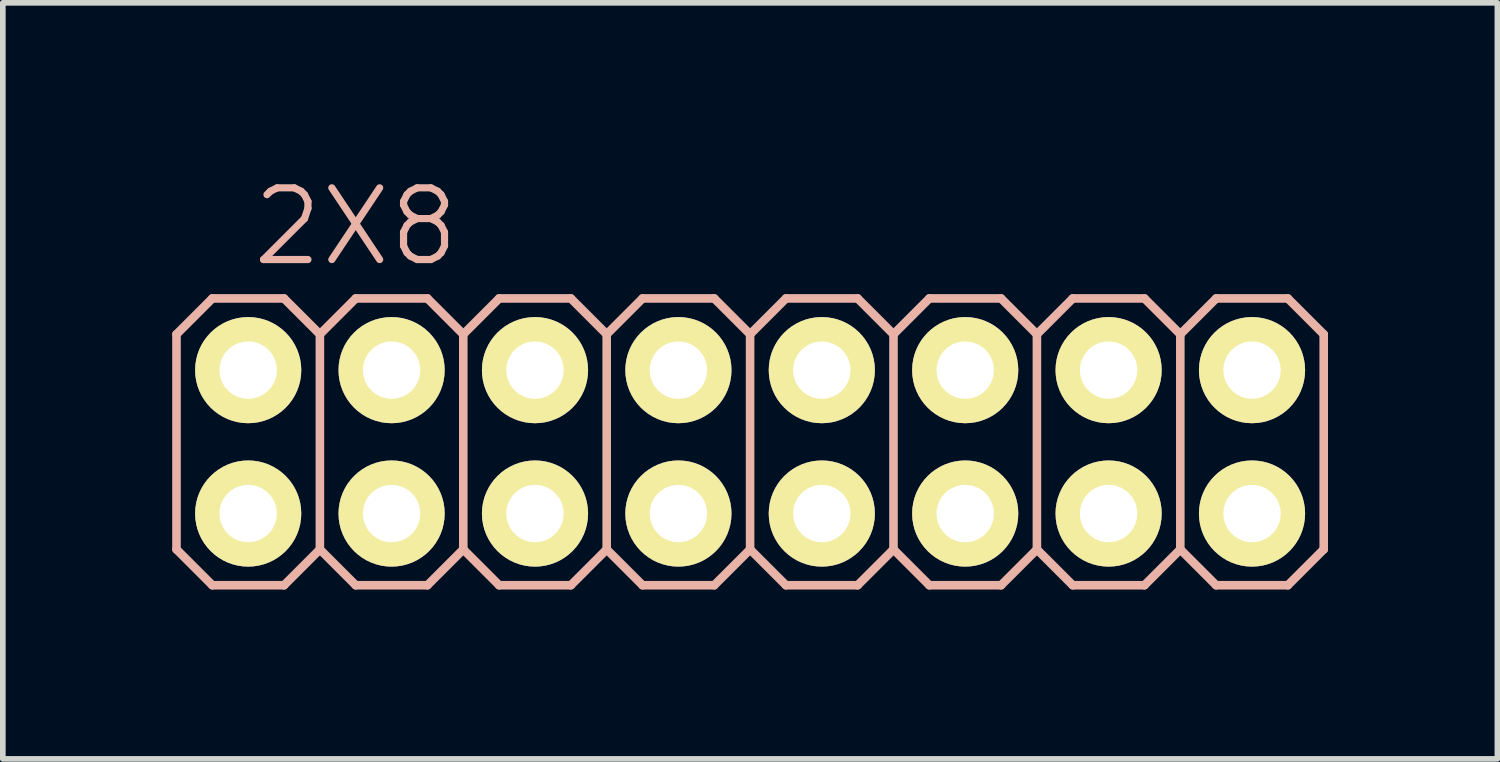
<source format=kicad_pcb>
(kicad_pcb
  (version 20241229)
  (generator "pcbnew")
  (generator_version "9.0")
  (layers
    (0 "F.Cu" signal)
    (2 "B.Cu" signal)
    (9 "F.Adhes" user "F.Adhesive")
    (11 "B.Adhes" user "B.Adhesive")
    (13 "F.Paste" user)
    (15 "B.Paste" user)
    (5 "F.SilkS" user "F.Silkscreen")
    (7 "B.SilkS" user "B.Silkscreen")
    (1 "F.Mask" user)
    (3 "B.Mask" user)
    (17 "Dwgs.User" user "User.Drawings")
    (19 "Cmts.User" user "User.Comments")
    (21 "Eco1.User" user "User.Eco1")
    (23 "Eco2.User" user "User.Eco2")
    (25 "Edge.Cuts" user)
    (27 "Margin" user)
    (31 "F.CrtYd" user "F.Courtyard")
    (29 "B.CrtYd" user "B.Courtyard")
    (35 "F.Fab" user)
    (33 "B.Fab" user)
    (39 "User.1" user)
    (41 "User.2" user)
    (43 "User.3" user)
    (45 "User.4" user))
  (footprint "2X8"
    (layer "F.Cu")
    (at 1.346 6.046)
    (property "Reference" "2X8" (at 1.905 -5.08 0) (layer "B.SilkS") (effects (font (size 1.27 1.27) (thickness 0.127))))
    (attr exclude_from_pos_files exclude_from_bom)
    (fp_line (start -0.254 -2.794) (end 0.254 -2.794) (stroke (width 0.066) (type solid)) (layer "F.SilkS"))
    (fp_line (start -0.254 -2.286) (end -0.254 -2.794) (stroke (width 0.066) (type solid)) (layer "F.SilkS"))
    (fp_line (start -0.254 -2.286) (end 0.254 -2.286) (stroke (width 0.066) (type solid)) (layer "F.SilkS"))
    (fp_line (start -0.254 -0.254) (end 0.254 -0.254) (stroke (width 0.066) (type solid)) (layer "F.SilkS"))
    (fp_line (start -0.254 0.254) (end -0.254 -0.254) (stroke (width 0.066) (type solid)) (layer "F.SilkS"))
    (fp_line (start -0.254 0.254) (end 0.254 0.254) (stroke (width 0.066) (type solid)) (layer "F.SilkS"))
    (fp_line (start 0.254 -2.286) (end 0.254 -2.794) (stroke (width 0.066) (type solid)) (layer "F.SilkS"))
    (fp_line (start 0.254 0.254) (end 0.254 -0.254) (stroke (width 0.066) (type solid)) (layer "F.SilkS"))
    (fp_line (start 2.286 -2.794) (end 2.794 -2.794) (stroke (width 0.066) (type solid)) (layer "F.SilkS"))
    (fp_line (start 2.286 -2.286) (end 2.286 -2.794) (stroke (width 0.066) (type solid)) (layer "F.SilkS"))
    (fp_line (start 2.286 -2.286) (end 2.794 -2.286) (stroke (width 0.066) (type solid)) (layer "F.SilkS"))
    (fp_line (start 2.286 -0.254) (end 2.794 -0.254) (stroke (width 0.066) (type solid)) (layer "F.SilkS"))
    (fp_line (start 2.286 0.254) (end 2.286 -0.254) (stroke (width 0.066) (type solid)) (layer "F.SilkS"))
    (fp_line (start 2.286 0.254) (end 2.794 0.254) (stroke (width 0.066) (type solid)) (layer "F.SilkS"))
    (fp_line (start 2.794 -2.286) (end 2.794 -2.794) (stroke (width 0.066) (type solid)) (layer "F.SilkS"))
    (fp_line (start 2.794 0.254) (end 2.794 -0.254) (stroke (width 0.066) (type solid)) (layer "F.SilkS"))
    (fp_line (start 4.826 -2.794) (end 5.334 -2.794) (stroke (width 0.066) (type solid)) (layer "F.SilkS"))
    (fp_line (start 4.826 -2.286) (end 4.826 -2.794) (stroke (width 0.066) (type solid)) (layer "F.SilkS"))
    (fp_line (start 4.826 -2.286) (end 5.334 -2.286) (stroke (width 0.066) (type solid)) (layer "F.SilkS"))
    (fp_line (start 4.826 -0.254) (end 5.334 -0.254) (stroke (width 0.066) (type solid)) (layer "F.SilkS"))
    (fp_line (start 4.826 0.254) (end 4.826 -0.254) (stroke (width 0.066) (type solid)) (layer "F.SilkS"))
    (fp_line (start 4.826 0.254) (end 5.334 0.254) (stroke (width 0.066) (type solid)) (layer "F.SilkS"))
    (fp_line (start 5.334 -2.286) (end 5.334 -2.794) (stroke (width 0.066) (type solid)) (layer "F.SilkS"))
    (fp_line (start 5.334 0.254) (end 5.334 -0.254) (stroke (width 0.066) (type solid)) (layer "F.SilkS"))
    (fp_line (start 7.366 -2.794) (end 7.874 -2.794) (stroke (width 0.066) (type solid)) (layer "F.SilkS"))
    (fp_line (start 7.366 -2.286) (end 7.366 -2.794) (stroke (width 0.066) (type solid)) (layer "F.SilkS"))
    (fp_line (start 7.366 -2.286) (end 7.874 -2.286) (stroke (width 0.066) (type solid)) (layer "F.SilkS"))
    (fp_line (start 7.366 -0.254) (end 7.874 -0.254) (stroke (width 0.066) (type solid)) (layer "F.SilkS"))
    (fp_line (start 7.366 0.254) (end 7.366 -0.254) (stroke (width 0.066) (type solid)) (layer "F.SilkS"))
    (fp_line (start 7.366 0.254) (end 7.874 0.254) (stroke (width 0.066) (type solid)) (layer "F.SilkS"))
    (fp_line (start 7.874 -2.286) (end 7.874 -2.794) (stroke (width 0.066) (type solid)) (layer "F.SilkS"))
    (fp_line (start 7.874 0.254) (end 7.874 -0.254) (stroke (width 0.066) (type solid)) (layer "F.SilkS"))
    (fp_line (start 9.906 -2.794) (end 10.414 -2.794) (stroke (width 0.066) (type solid)) (layer "F.SilkS"))
    (fp_line (start 9.906 -2.286) (end 9.906 -2.794) (stroke (width 0.066) (type solid)) (layer "F.SilkS"))
    (fp_line (start 9.906 -2.286) (end 10.414 -2.286) (stroke (width 0.066) (type solid)) (layer "F.SilkS"))
    (fp_line (start 9.906 -0.254) (end 10.414 -0.254) (stroke (width 0.066) (type solid)) (layer "F.SilkS"))
    (fp_line (start 9.906 0.254) (end 9.906 -0.254) (stroke (width 0.066) (type solid)) (layer "F.SilkS"))
    (fp_line (start 9.906 0.254) (end 10.414 0.254) (stroke (width 0.066) (type solid)) (layer "F.SilkS"))
    (fp_line (start 10.414 -2.286) (end 10.414 -2.794) (stroke (width 0.066) (type solid)) (layer "F.SilkS"))
    (fp_line (start 10.414 0.254) (end 10.414 -0.254) (stroke (width 0.066) (type solid)) (layer "F.SilkS"))
    (fp_line (start 12.446 -2.794) (end 12.954 -2.794) (stroke (width 0.066) (type solid)) (layer "F.SilkS"))
    (fp_line (start 12.446 -2.286) (end 12.446 -2.794) (stroke (width 0.066) (type solid)) (layer "F.SilkS"))
    (fp_line (start 12.446 -2.286) (end 12.954 -2.286) (stroke (width 0.066) (type solid)) (layer "F.SilkS"))
    (fp_line (start 12.446 -0.254) (end 12.954 -0.254) (stroke (width 0.066) (type solid)) (layer "F.SilkS"))
    (fp_line (start 12.446 0.254) (end 12.446 -0.254) (stroke (width 0.066) (type solid)) (layer "F.SilkS"))
    (fp_line (start 12.446 0.254) (end 12.954 0.254) (stroke (width 0.066) (type solid)) (layer "F.SilkS"))
    (fp_line (start 12.954 -2.286) (end 12.954 -2.794) (stroke (width 0.066) (type solid)) (layer "F.SilkS"))
    (fp_line (start 12.954 0.254) (end 12.954 -0.254) (stroke (width 0.066) (type solid)) (layer "F.SilkS"))
    (fp_line (start 14.986 -2.794) (end 15.494 -2.794) (stroke (width 0.066) (type solid)) (layer "F.SilkS"))
    (fp_line (start 14.986 -2.286) (end 14.986 -2.794) (stroke (width 0.066) (type solid)) (layer "F.SilkS"))
    (fp_line (start 14.986 -2.286) (end 15.494 -2.286) (stroke (width 0.066) (type solid)) (layer "F.SilkS"))
    (fp_line (start 14.986 -0.254) (end 15.494 -0.254) (stroke (width 0.066) (type solid)) (layer "F.SilkS"))
    (fp_line (start 14.986 0.254) (end 14.986 -0.254) (stroke (width 0.066) (type solid)) (layer "F.SilkS"))
    (fp_line (start 14.986 0.254) (end 15.494 0.254) (stroke (width 0.066) (type solid)) (layer "F.SilkS"))
    (fp_line (start 15.494 -2.286) (end 15.494 -2.794) (stroke (width 0.066) (type solid)) (layer "F.SilkS"))
    (fp_line (start 15.494 0.254) (end 15.494 -0.254) (stroke (width 0.066) (type solid)) (layer "F.SilkS"))
    (fp_line (start 17.523 -2.794) (end 18.034 -2.794) (stroke (width 0.066) (type solid)) (layer "F.SilkS"))
    (fp_line (start 17.523 -2.286) (end 17.523 -2.794) (stroke (width 0.066) (type solid)) (layer "F.SilkS"))
    (fp_line (start 17.523 -2.286) (end 18.034 -2.286) (stroke (width 0.066) (type solid)) (layer "F.SilkS"))
    (fp_line (start 17.523 -0.254) (end 18.034 -0.254) (stroke (width 0.066) (type solid)) (layer "F.SilkS"))
    (fp_line (start 17.523 0.254) (end 17.523 -0.254) (stroke (width 0.066) (type solid)) (layer "F.SilkS"))
    (fp_line (start 17.523 0.254) (end 18.034 0.254) (stroke (width 0.066) (type solid)) (layer "F.SilkS"))
    (fp_line (start 18.034 -2.286) (end 18.034 -2.794) (stroke (width 0.066) (type solid)) (layer "F.SilkS"))
    (fp_line (start 18.034 0.254) (end 18.034 -0.254) (stroke (width 0.066) (type solid)) (layer "F.SilkS"))
    (fp_line (start -1.27 -3.175) (end -0.635 -3.81) (stroke (width 0.152) (type solid)) (layer "B.SilkS"))
    (fp_line (start -1.27 0.635) (end -1.27 -3.175) (stroke (width 0.152) (type solid)) (layer "B.SilkS"))
    (fp_line (start -1.27 0.635) (end -0.635 1.27) (stroke (width 0.152) (type solid)) (layer "B.SilkS"))
    (fp_line (start -0.635 -3.81) (end 0.635 -3.81) (stroke (width 0.152) (type solid)) (layer "B.SilkS"))
    (fp_line (start -0.635 1.27) (end 0.635 1.27) (stroke (width 0.152) (type solid)) (layer "B.SilkS"))
    (fp_line (start 0.635 -3.81) (end 1.27 -3.175) (stroke (width 0.152) (type solid)) (layer "B.SilkS"))
    (fp_line (start 0.635 1.27) (end 1.27 0.635) (stroke (width 0.152) (type solid)) (layer "B.SilkS"))
    (fp_line (start 1.27 -3.175) (end 1.27 0.635) (stroke (width 0.152) (type solid)) (layer "B.SilkS"))
    (fp_line (start 1.27 -3.175) (end 1.905 -3.81) (stroke (width 0.152) (type solid)) (layer "B.SilkS"))
    (fp_line (start 1.27 0.635) (end 1.905 1.27) (stroke (width 0.152) (type solid)) (layer "B.SilkS"))
    (fp_line (start 1.905 -3.81) (end 3.175 -3.81) (stroke (width 0.152) (type solid)) (layer "B.SilkS"))
    (fp_line (start 1.905 1.27) (end 3.175 1.27) (stroke (width 0.152) (type solid)) (layer "B.SilkS"))
    (fp_line (start 3.175 -3.81) (end 3.81 -3.175) (stroke (width 0.152) (type solid)) (layer "B.SilkS"))
    (fp_line (start 3.175 1.27) (end 3.81 0.635) (stroke (width 0.152) (type solid)) (layer "B.SilkS"))
    (fp_line (start 3.81 -3.175) (end 3.81 0.635) (stroke (width 0.152) (type solid)) (layer "B.SilkS"))
    (fp_line (start 3.81 -3.175) (end 4.445 -3.81) (stroke (width 0.152) (type solid)) (layer "B.SilkS"))
    (fp_line (start 3.81 0.635) (end 4.445 1.27) (stroke (width 0.152) (type solid)) (layer "B.SilkS"))
    (fp_line (start 4.445 -3.81) (end 5.715 -3.81) (stroke (width 0.152) (type solid)) (layer "B.SilkS"))
    (fp_line (start 4.445 1.27) (end 5.715 1.27) (stroke (width 0.152) (type solid)) (layer "B.SilkS"))
    (fp_line (start 5.715 -3.81) (end 6.35 -3.175) (stroke (width 0.152) (type solid)) (layer "B.SilkS"))
    (fp_line (start 5.715 1.27) (end 6.35 0.635) (stroke (width 0.152) (type solid)) (layer "B.SilkS"))
    (fp_line (start 6.35 -3.175) (end 6.35 0.635) (stroke (width 0.152) (type solid)) (layer "B.SilkS"))
    (fp_line (start 6.35 -3.175) (end 6.985 -3.81) (stroke (width 0.152) (type solid)) (layer "B.SilkS"))
    (fp_line (start 6.35 0.635) (end 6.985 1.27) (stroke (width 0.152) (type solid)) (layer "B.SilkS"))
    (fp_line (start 6.985 -3.81) (end 8.255 -3.81) (stroke (width 0.152) (type solid)) (layer "B.SilkS"))
    (fp_line (start 6.985 1.27) (end 8.255 1.27) (stroke (width 0.152) (type solid)) (layer "B.SilkS"))
    (fp_line (start 8.255 -3.81) (end 8.89 -3.175) (stroke (width 0.152) (type solid)) (layer "B.SilkS"))
    (fp_line (start 8.255 1.27) (end 8.89 0.635) (stroke (width 0.152) (type solid)) (layer "B.SilkS"))
    (fp_line (start 8.89 -3.175) (end 8.89 0.635) (stroke (width 0.152) (type solid)) (layer "B.SilkS"))
    (fp_line (start 8.89 -3.175) (end 9.525 -3.81) (stroke (width 0.152) (type solid)) (layer "B.SilkS"))
    (fp_line (start 8.89 0.635) (end 9.525 1.27) (stroke (width 0.152) (type solid)) (layer "B.SilkS"))
    (fp_line (start 9.525 -3.81) (end 10.795 -3.81) (stroke (width 0.152) (type solid)) (layer "B.SilkS"))
    (fp_line (start 9.525 1.27) (end 10.795 1.27) (stroke (width 0.152) (type solid)) (layer "B.SilkS"))
    (fp_line (start 10.795 -3.81) (end 11.43 -3.175) (stroke (width 0.152) (type solid)) (layer "B.SilkS"))
    (fp_line (start 10.795 1.27) (end 11.43 0.635) (stroke (width 0.152) (type solid)) (layer "B.SilkS"))
    (fp_line (start 11.43 -3.175) (end 11.43 0.635) (stroke (width 0.152) (type solid)) (layer "B.SilkS"))
    (fp_line (start 11.43 -3.175) (end 12.065 -3.81) (stroke (width 0.152) (type solid)) (layer "B.SilkS"))
    (fp_line (start 11.43 0.635) (end 12.065 1.27) (stroke (width 0.152) (type solid)) (layer "B.SilkS"))
    (fp_line (start 12.065 -3.81) (end 13.335 -3.81) (stroke (width 0.152) (type solid)) (layer "B.SilkS"))
    (fp_line (start 12.065 1.27) (end 13.335 1.27) (stroke (width 0.152) (type solid)) (layer "B.SilkS"))
    (fp_line (start 13.335 -3.81) (end 13.97 -3.175) (stroke (width 0.152) (type solid)) (layer "B.SilkS"))
    (fp_line (start 13.335 1.27) (end 13.97 0.635) (stroke (width 0.152) (type solid)) (layer "B.SilkS"))
    (fp_line (start 13.97 -3.175) (end 13.97 0.635) (stroke (width 0.152) (type solid)) (layer "B.SilkS"))
    (fp_line (start 13.97 -3.175) (end 14.605 -3.81) (stroke (width 0.152) (type solid)) (layer "B.SilkS"))
    (fp_line (start 13.97 0.635) (end 14.605 1.27) (stroke (width 0.152) (type solid)) (layer "B.SilkS"))
    (fp_line (start 14.605 -3.81) (end 15.875 -3.81) (stroke (width 0.152) (type solid)) (layer "B.SilkS"))
    (fp_line (start 14.605 1.27) (end 15.875 1.27) (stroke (width 0.152) (type solid)) (layer "B.SilkS"))
    (fp_line (start 15.875 -3.81) (end 16.51 -3.175) (stroke (width 0.152) (type solid)) (layer "B.SilkS"))
    (fp_line (start 16.51 -3.175) (end 16.51 0.635) (stroke (width 0.152) (type solid)) (layer "B.SilkS"))
    (fp_line (start 16.51 -3.175) (end 17.145 -3.81) (stroke (width 0.152) (type solid)) (layer "B.SilkS"))
    (fp_line (start 16.51 0.635) (end 15.875 1.27) (stroke (width 0.152) (type solid)) (layer "B.SilkS"))
    (fp_line (start 16.51 0.635) (end 17.145 1.27) (stroke (width 0.152) (type solid)) (layer "B.SilkS"))
    (fp_line (start 17.145 -3.81) (end 18.415 -3.81) (stroke (width 0.152) (type solid)) (layer "B.SilkS"))
    (fp_line (start 17.145 1.27) (end 18.415 1.27) (stroke (width 0.152) (type solid)) (layer "B.SilkS"))
    (fp_line (start 18.415 -3.81) (end 19.05 -3.175) (stroke (width 0.152) (type solid)) (layer "B.SilkS"))
    (fp_line (start 19.05 -3.175) (end 19.05 0.635) (stroke (width 0.152) (type solid)) (layer "B.SilkS"))
    (fp_line (start 19.05 0.635) (end 18.415 1.27) (stroke (width 0.152) (type solid)) (layer "B.SilkS"))
    (pad "1" thru_hole circle (at 0 0) (size 1.88 1.88) (drill 1.016) (layers "*.Cu" "F.Mask" "F.SilkS" "F.Paste"))
    (pad "2" thru_hole circle (at 0 -2.54) (size 1.88 1.88) (drill 1.016) (layers "*.Cu" "F.Mask" "F.SilkS" "F.Paste"))
    (pad "3" thru_hole circle (at 2.54 0) (size 1.88 1.88) (drill 1.016) (layers "*.Cu" "F.Mask" "F.SilkS" "F.Paste"))
    (pad "4" thru_hole circle (at 2.54 -2.54) (size 1.88 1.88) (drill 1.016) (layers "*.Cu" "F.Mask" "F.SilkS" "F.Paste"))
    (pad "5" thru_hole circle (at 5.08 0) (size 1.88 1.88) (drill 1.016) (layers "*.Cu" "F.Mask" "F.SilkS" "F.Paste"))
    (pad "6" thru_hole circle (at 5.08 -2.54) (size 1.88 1.88) (drill 1.016) (layers "*.Cu" "F.Mask" "F.SilkS" "F.Paste"))
    (pad "7" thru_hole circle (at 7.62 0) (size 1.88 1.88) (drill 1.016) (layers "*.Cu" "F.Mask" "F.SilkS" "F.Paste"))
    (pad "8" thru_hole circle (at 7.62 -2.54) (size 1.88 1.88) (drill 1.016) (layers "*.Cu" "F.Mask" "F.SilkS" "F.Paste"))
    (pad "9" thru_hole circle (at 10.16 0) (size 1.88 1.88) (drill 1.016) (layers "*.Cu" "F.Mask" "F.SilkS" "F.Paste"))
    (pad "10" thru_hole circle (at 10.16 -2.54) (size 1.88 1.88) (drill 1.016) (layers "*.Cu" "F.Mask" "F.SilkS" "F.Paste"))
    (pad "11" thru_hole circle (at 12.7 0) (size 1.88 1.88) (drill 1.016) (layers "*.Cu" "F.Mask" "F.SilkS" "F.Paste"))
    (pad "12" thru_hole circle (at 12.7 -2.54) (size 1.88 1.88) (drill 1.016) (layers "*.Cu" "F.Mask" "F.SilkS" "F.Paste"))
    (pad "13" thru_hole circle (at 15.24 0) (size 1.88 1.88) (drill 1.016) (layers "*.Cu" "F.Mask" "F.SilkS" "F.Paste"))
    (pad "14" thru_hole circle (at 15.24 -2.54) (size 1.88 1.88) (drill 1.016) (layers "*.Cu" "F.Mask" "F.SilkS" "F.Paste"))
    (pad "15" thru_hole circle (at 17.78 0) (size 1.88 1.88) (drill 1.016) (layers "*.Cu" "F.Mask" "F.SilkS" "F.Paste"))
    (pad "16" thru_hole circle (at 17.78 -2.54) (size 1.88 1.88) (drill 1.016) (layers "*.Cu" "F.Mask" "F.SilkS" "F.Paste")))
  (gr_rect
    (start -3 -3)
    (end 23.472 10.392)
    (stroke (width 0.1) (type default))
    (fill no)
    (layer "Edge.Cuts")))
</source>
